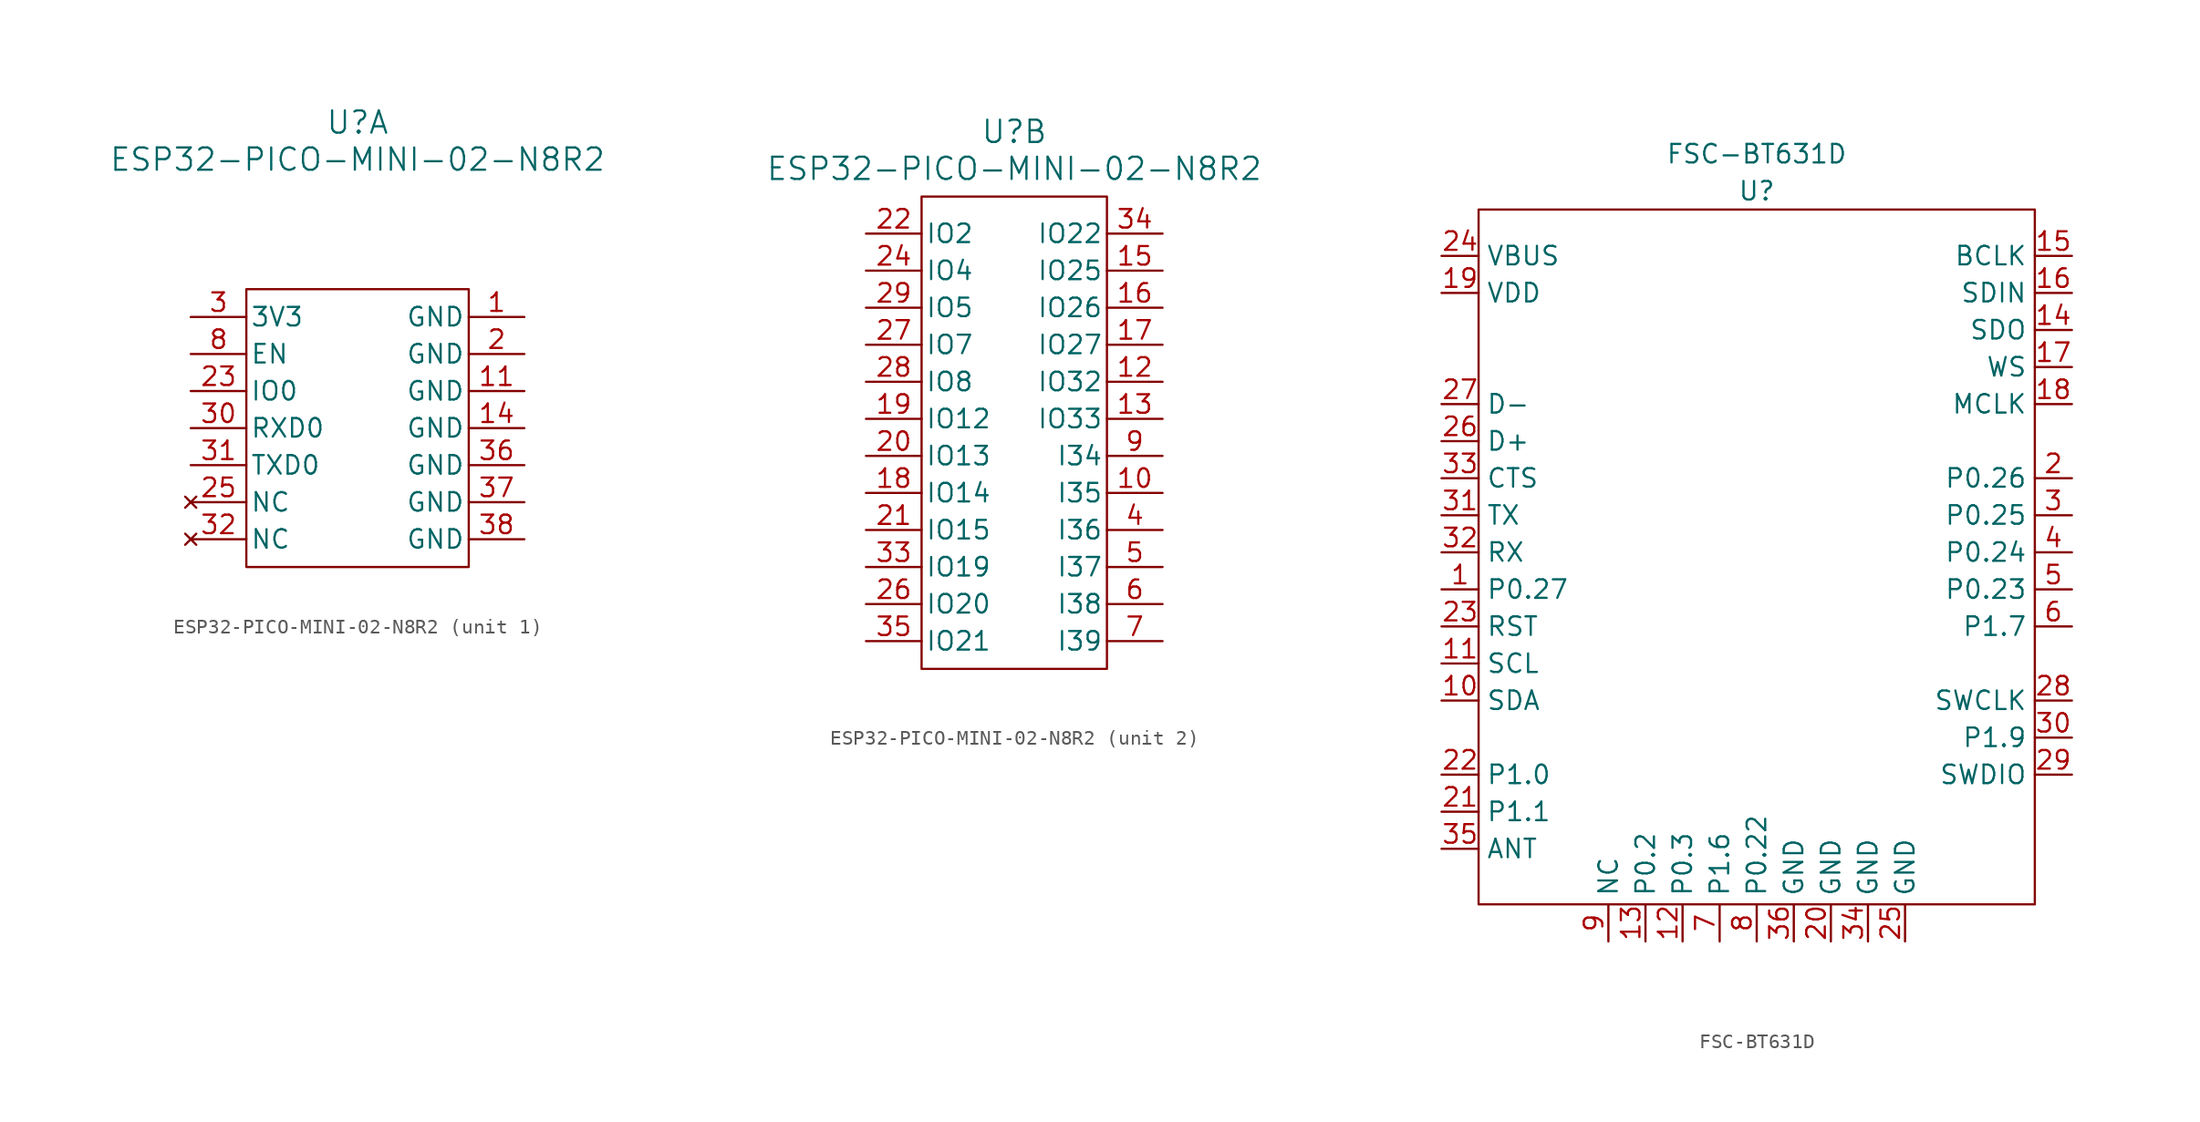
<source format=kicad_sym>
(kicad_symbol_lib
  (version 20241209)
  (generator "kicad_symbol_editor")
  (generator_version "9.0")
  (symbol "ESP32-PICO-MINI-02-N8R2"
    (pin_names
      (offset 0.254))
    (property "Reference" "U"
      (at 0 20.955 0)
      (effects (font (size 1.524 1.524))))
    (property "Value" "ESP32-PICO-MINI-02-N8R2"
      (at 0 18.415 0)
      (effects (font (size 1.524 1.524))))
    (property "ki_locked" ""
      (at 0 0 0)
      (effects (font (size 1.27 1.27))))
    (symbol "ESP32-PICO-MINI-02-N8R2_1_1"
      (rectangle (start -7.62 9.525) (end 7.62 -9.525) (stroke (width 0) (type default)) (fill (type none)))
      (pin power_in line (at -11.43 7.62 0) (length 3.81) (name "3V3" (effects (font (size 1.27 1.27)))) (number "3" (effects (font (size 1.27 1.27)))))
      (pin input line (at -11.43 5.08 0) (length 3.81) (name "EN" (effects (font (size 1.27 1.27)))) (number "8" (effects (font (size 1.27 1.27)))))
      (pin bidirectional line (at -11.43 2.54 0) (length 3.81) (name "IO0" (effects (font (size 1.27 1.27)))) (number "23" (effects (font (size 1.27 1.27)))))
      (pin bidirectional line (at -11.43 0 0) (length 3.81) (name "RXD0" (effects (font (size 1.27 1.27)))) (number "30" (effects (font (size 1.27 1.27)))))
      (pin bidirectional line (at -11.43 -2.54 0) (length 3.81) (name "TXD0" (effects (font (size 1.27 1.27)))) (number "31" (effects (font (size 1.27 1.27)))))
      (pin no_connect line (at -11.43 -5.08 0) (length 3.81) (name "NC" (effects (font (size 1.27 1.27)))) (number "25" (effects (font (size 1.27 1.27)))))
      (pin no_connect line (at -11.43 -7.62 0) (length 3.81) (name "NC" (effects (font (size 1.27 1.27)))) (number "32" (effects (font (size 1.27 1.27)))))
      (pin power_out line (at 11.43 7.62 180) (length 3.81) (name "GND" (effects (font (size 1.27 1.27)))) (number "1" (effects (font (size 1.27 1.27)))))
      (pin power_out line (at 11.43 5.08 180) (length 3.81) (name "GND" (effects (font (size 1.27 1.27)))) (number "2" (effects (font (size 1.27 1.27)))))
      (pin power_out line (at 11.43 2.54 180) (length 3.81) (name "GND" (effects (font (size 1.27 1.27)))) (number "11" (effects (font (size 1.27 1.27)))))
      (pin power_out line (at 11.43 0 180) (length 3.81) (name "GND" (effects (font (size 1.27 1.27)))) (number "14" (effects (font (size 1.27 1.27)))))
      (pin power_out line (at 11.43 -2.54 180) (length 3.81) (name "GND" (effects (font (size 1.27 1.27)))) (number "36" (effects (font (size 1.27 1.27)))))
      (pin power_out line (at 11.43 -5.08 180) (length 3.81) (name "GND" (effects (font (size 1.27 1.27)))) (number "37" (effects (font (size 1.27 1.27)))))
      (pin power_out line (at 11.43 -7.62 180) (length 3.81) (name "GND" (effects (font (size 1.27 1.27)))) (number "38" (effects (font (size 1.27 1.27))))))
    (symbol "ESP32-PICO-MINI-02-N8R2_2_1"
      (rectangle (start -6.35 16.51) (end 6.35 -15.875) (stroke (width 0) (type default)) (fill (type none)))
      (pin bidirectional line (at -10.16 13.97 0) (length 3.81) (name "IO2" (effects (font (size 1.27 1.27)))) (number "22" (effects (font (size 1.27 1.27)))))
      (pin bidirectional line (at -10.16 11.43 0) (length 3.81) (name "IO4" (effects (font (size 1.27 1.27)))) (number "24" (effects (font (size 1.27 1.27)))))
      (pin bidirectional line (at -10.16 8.89 0) (length 3.81) (name "IO5" (effects (font (size 1.27 1.27)))) (number "29" (effects (font (size 1.27 1.27)))))
      (pin bidirectional line (at -10.16 6.35 0) (length 3.81) (name "IO7" (effects (font (size 1.27 1.27)))) (number "27" (effects (font (size 1.27 1.27)))))
      (pin bidirectional line (at -10.16 3.81 0) (length 3.81) (name "IO8" (effects (font (size 1.27 1.27)))) (number "28" (effects (font (size 1.27 1.27)))))
      (pin bidirectional line (at -10.16 1.27 0) (length 3.81) (name "IO12" (effects (font (size 1.27 1.27)))) (number "19" (effects (font (size 1.27 1.27)))))
      (pin bidirectional line (at -10.16 -1.27 0) (length 3.81) (name "IO13" (effects (font (size 1.27 1.27)))) (number "20" (effects (font (size 1.27 1.27)))))
      (pin bidirectional line (at -10.16 -3.81 0) (length 3.81) (name "IO14" (effects (font (size 1.27 1.27)))) (number "18" (effects (font (size 1.27 1.27)))))
      (pin bidirectional line (at -10.16 -6.35 0) (length 3.81) (name "IO15" (effects (font (size 1.27 1.27)))) (number "21" (effects (font (size 1.27 1.27)))))
      (pin bidirectional line (at -10.16 -8.89 0) (length 3.81) (name "IO19" (effects (font (size 1.27 1.27)))) (number "33" (effects (font (size 1.27 1.27)))))
      (pin bidirectional line (at -10.16 -11.43 0) (length 3.81) (name "IO20" (effects (font (size 1.27 1.27)))) (number "26" (effects (font (size 1.27 1.27)))))
      (pin bidirectional line (at -10.16 -13.97 0) (length 3.81) (name "IO21" (effects (font (size 1.27 1.27)))) (number "35" (effects (font (size 1.27 1.27)))))
      (pin bidirectional line (at 10.16 13.97 180) (length 3.81) (name "IO22" (effects (font (size 1.27 1.27)))) (number "34" (effects (font (size 1.27 1.27)))))
      (pin bidirectional line (at 10.16 11.43 180) (length 3.81) (name "IO25" (effects (font (size 1.27 1.27)))) (number "15" (effects (font (size 1.27 1.27)))))
      (pin bidirectional line (at 10.16 8.89 180) (length 3.81) (name "IO26" (effects (font (size 1.27 1.27)))) (number "16" (effects (font (size 1.27 1.27)))))
      (pin bidirectional line (at 10.16 6.35 180) (length 3.81) (name "IO27" (effects (font (size 1.27 1.27)))) (number "17" (effects (font (size 1.27 1.27)))))
      (pin bidirectional line (at 10.16 3.81 180) (length 3.81) (name "IO32" (effects (font (size 1.27 1.27)))) (number "12" (effects (font (size 1.27 1.27)))))
      (pin bidirectional line (at 10.16 1.27 180) (length 3.81) (name "IO33" (effects (font (size 1.27 1.27)))) (number "13" (effects (font (size 1.27 1.27)))))
      (pin input line (at 10.16 -1.27 180) (length 3.81) (name "I34" (effects (font (size 1.27 1.27)))) (number "9" (effects (font (size 1.27 1.27)))))
      (pin input line (at 10.16 -3.81 180) (length 3.81) (name "I35" (effects (font (size 1.27 1.27)))) (number "10" (effects (font (size 1.27 1.27)))))
      (pin input line (at 10.16 -6.35 180) (length 3.81) (name "I36" (effects (font (size 1.27 1.27)))) (number "4" (effects (font (size 1.27 1.27)))))
      (pin input line (at 10.16 -8.89 180) (length 3.81) (name "I37" (effects (font (size 1.27 1.27)))) (number "5" (effects (font (size 1.27 1.27)))))
      (pin input line (at 10.16 -11.43 180) (length 3.81) (name "I38" (effects (font (size 1.27 1.27)))) (number "6" (effects (font (size 1.27 1.27)))))
      (pin input line (at 10.16 -13.97 180) (length 3.81) (name "I39" (effects (font (size 1.27 1.27)))) (number "7" (effects (font (size 1.27 1.27)))))))
  (symbol "FSC-BT631D"
    (property "Reference" "U"
      (at 0 34.925 0)
      (effects (font (size 1.27 1.27))))
    (property "Value" "FSC-BT631D"
      (at 0 37.465 0)
      (effects (font (size 1.27 1.27))))
    (symbol "FSC-BT631D_0_1"
      (rectangle (start -19.05 33.655) (end 19.05 -13.97) (stroke (width 0) (type default)) (fill (type none))))
    (symbol "FSC-BT631D_1_1"
      (pin bidirectional line (at -21.59 30.48 0) (length 2.54) (name "VBUS" (effects (font (size 1.27 1.27)))) (number "24" (effects (font (size 1.27 1.27)))))
      (pin bidirectional line (at -21.59 27.94 0) (length 2.54) (name "VDD" (effects (font (size 1.27 1.27)))) (number "19" (effects (font (size 1.27 1.27)))))
      (pin bidirectional line (at -21.59 20.32 0) (length 2.54) (name "D-" (effects (font (size 1.27 1.27)))) (number "27" (effects (font (size 1.27 1.27)))))
      (pin bidirectional line (at -21.59 17.78 0) (length 2.54) (name "D+" (effects (font (size 1.27 1.27)))) (number "26" (effects (font (size 1.27 1.27)))))
      (pin bidirectional line (at -21.59 15.24 0) (length 2.54) (name "CTS" (effects (font (size 1.27 1.27)))) (number "33" (effects (font (size 1.27 1.27)))))
      (pin bidirectional line (at -21.59 12.7 0) (length 2.54) (name "TX" (effects (font (size 1.27 1.27)))) (number "31" (effects (font (size 1.27 1.27)))))
      (pin bidirectional line (at -21.59 10.16 0) (length 2.54) (name "RX" (effects (font (size 1.27 1.27)))) (number "32" (effects (font (size 1.27 1.27)))))
      (pin bidirectional line (at -21.59 7.62 0) (length 2.54) (name "P0.27" (effects (font (size 1.27 1.27)))) (number "1" (effects (font (size 1.27 1.27)))))
      (pin bidirectional line (at -21.59 5.08 0) (length 2.54) (name "RST" (effects (font (size 1.27 1.27)))) (number "23" (effects (font (size 1.27 1.27)))))
      (pin bidirectional line (at -21.59 2.54 0) (length 2.54) (name "SCL" (effects (font (size 1.27 1.27)))) (number "11" (effects (font (size 1.27 1.27)))))
      (pin bidirectional line (at -21.59 0 0) (length 2.54) (name "SDA" (effects (font (size 1.27 1.27)))) (number "10" (effects (font (size 1.27 1.27)))))
      (pin bidirectional line (at -21.59 -5.08 0) (length 2.54) (name "P1.0" (effects (font (size 1.27 1.27)))) (number "22" (effects (font (size 1.27 1.27)))))
      (pin bidirectional line (at -21.59 -7.62 0) (length 2.54) (name "P1.1" (effects (font (size 1.27 1.27)))) (number "21" (effects (font (size 1.27 1.27)))))
      (pin bidirectional line (at -21.59 -10.16 0) (length 2.54) (name "ANT" (effects (font (size 1.27 1.27)))) (number "35" (effects (font (size 1.27 1.27)))))
      (pin bidirectional line (at -10.16 -16.51 90) (length 2.54) (name "NC" (effects (font (size 1.27 1.27)))) (number "9" (effects (font (size 1.27 1.27)))))
      (pin bidirectional line (at -7.62 -16.51 90) (length 2.54) (name "P0.2" (effects (font (size 1.27 1.27)))) (number "13" (effects (font (size 1.27 1.27)))))
      (pin bidirectional line (at -5.08 -16.51 90) (length 2.54) (name "P0.3" (effects (font (size 1.27 1.27)))) (number "12" (effects (font (size 1.27 1.27)))))
      (pin bidirectional line (at -2.54 -16.51 90) (length 2.54) (name "P1.6" (effects (font (size 1.27 1.27)))) (number "7" (effects (font (size 1.27 1.27)))))
      (pin bidirectional line (at 0 -16.51 90) (length 2.54) (name "P0.22" (effects (font (size 1.27 1.27)))) (number "8" (effects (font (size 1.27 1.27)))))
      (pin bidirectional line (at 2.54 -16.51 90) (length 2.54) (name "GND" (effects (font (size 1.27 1.27)))) (number "36" (effects (font (size 1.27 1.27)))))
      (pin bidirectional line (at 5.08 -16.51 90) (length 2.54) (name "GND" (effects (font (size 1.27 1.27)))) (number "20" (effects (font (size 1.27 1.27)))))
      (pin bidirectional line (at 7.62 -16.51 90) (length 2.54) (name "GND" (effects (font (size 1.27 1.27)))) (number "34" (effects (font (size 1.27 1.27)))))
      (pin bidirectional line (at 10.16 -16.51 90) (length 2.54) (name "GND" (effects (font (size 1.27 1.27)))) (number "25" (effects (font (size 1.27 1.27)))))
      (pin bidirectional line (at 21.59 30.48 180) (length 2.54) (name "BCLK" (effects (font (size 1.27 1.27)))) (number "15" (effects (font (size 1.27 1.27)))))
      (pin bidirectional line (at 21.59 27.94 180) (length 2.54) (name "SDIN" (effects (font (size 1.27 1.27)))) (number "16" (effects (font (size 1.27 1.27)))))
      (pin bidirectional line (at 21.59 25.4 180) (length 2.54) (name "SDO" (effects (font (size 1.27 1.27)))) (number "14" (effects (font (size 1.27 1.27)))))
      (pin bidirectional line (at 21.59 22.86 180) (length 2.54) (name "WS" (effects (font (size 1.27 1.27)))) (number "17" (effects (font (size 1.27 1.27)))))
      (pin bidirectional line (at 21.59 20.32 180) (length 2.54) (name "MCLK" (effects (font (size 1.27 1.27)))) (number "18" (effects (font (size 1.27 1.27)))))
      (pin bidirectional line (at 21.59 15.24 180) (length 2.54) (name "P0.26" (effects (font (size 1.27 1.27)))) (number "2" (effects (font (size 1.27 1.27)))))
      (pin bidirectional line (at 21.59 12.7 180) (length 2.54) (name "P0.25" (effects (font (size 1.27 1.27)))) (number "3" (effects (font (size 1.27 1.27)))))
      (pin bidirectional line (at 21.59 10.16 180) (length 2.54) (name "P0.24" (effects (font (size 1.27 1.27)))) (number "4" (effects (font (size 1.27 1.27)))))
      (pin bidirectional line (at 21.59 7.62 180) (length 2.54) (name "P0.23" (effects (font (size 1.27 1.27)))) (number "5" (effects (font (size 1.27 1.27)))))
      (pin bidirectional line (at 21.59 5.08 180) (length 2.54) (name "P1.7" (effects (font (size 1.27 1.27)))) (number "6" (effects (font (size 1.27 1.27)))))
      (pin bidirectional line (at 21.59 0 180) (length 2.54) (name "SWCLK" (effects (font (size 1.27 1.27)))) (number "28" (effects (font (size 1.27 1.27)))))
      (pin bidirectional line (at 21.59 -2.54 180) (length 2.54) (name "P1.9" (effects (font (size 1.27 1.27)))) (number "30" (effects (font (size 1.27 1.27)))))
      (pin bidirectional line (at 21.59 -5.08 180) (length 2.54) (name "SWDIO" (effects (font (size 1.27 1.27)))) (number "29" (effects (font (size 1.27 1.27))))))))
</source>
